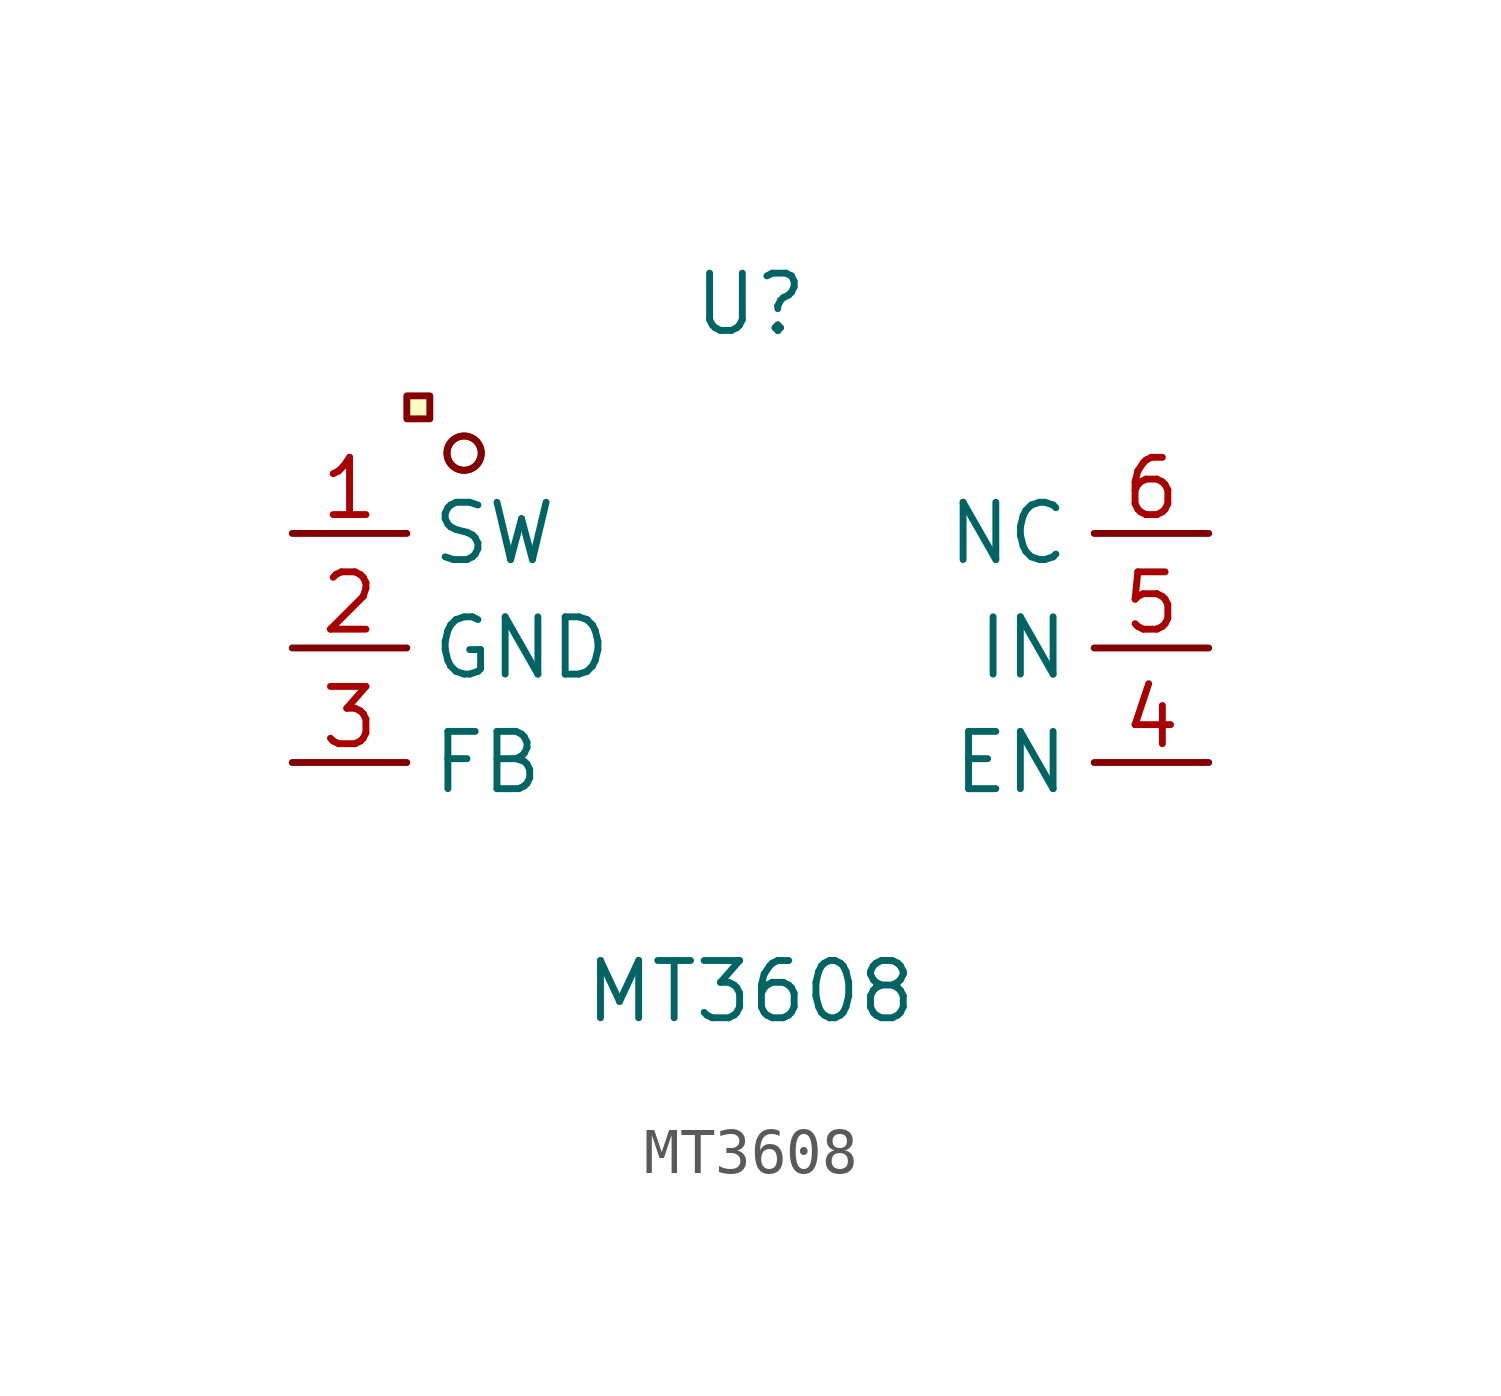
<source format=kicad_sym>
(kicad_symbol_lib
  (version 20241209)
  (generator "kicad_symbol_editor")
  (generator_version "9.0")
  (symbol "MT3608"
    (property "Reference" "U"
      (at 0 7.62 0)
      (effects (font (size 1.27 1.27))))
    (property "Value" "MT3608"
      (at 0 -7.62 0)
      (effects (font (size 1.27 1.27))))
    (symbol "MT3608_0_1"
      (rectangle (start -7.62 5.59) (end -7.11 5.08) (stroke (width 0) (type default)) (fill (type background)))
      (circle (center -6.35 4.32) (radius 0.38) (stroke (width 0) (type default)) (fill (type none)))
      (circle (center -6.35 4.32) (radius 0.38) (stroke (width 0) (type default)) (fill (type none)))
      (pin unspecified line (at -10.16 2.54 0) (length 2.54) (name "SW" (effects (font (size 1.27 1.27)))) (number "1" (effects (font (size 1.27 1.27)))))
      (pin unspecified line (at -10.16 0 0) (length 2.54) (name "GND" (effects (font (size 1.27 1.27)))) (number "2" (effects (font (size 1.27 1.27)))))
      (pin unspecified line (at -10.16 -2.54 0) (length 2.54) (name "FB" (effects (font (size 1.27 1.27)))) (number "3" (effects (font (size 1.27 1.27)))))
      (pin unspecified line (at 10.16 2.54 180) (length 2.54) (name "NC" (effects (font (size 1.27 1.27)))) (number "6" (effects (font (size 1.27 1.27)))))
      (pin unspecified line (at 10.16 0 180) (length 2.54) (name "IN" (effects (font (size 1.27 1.27)))) (number "5" (effects (font (size 1.27 1.27)))))
      (pin unspecified line (at 10.16 -2.54 180) (length 2.54) (name "EN" (effects (font (size 1.27 1.27)))) (number "4" (effects (font (size 1.27 1.27))))))))
</source>
